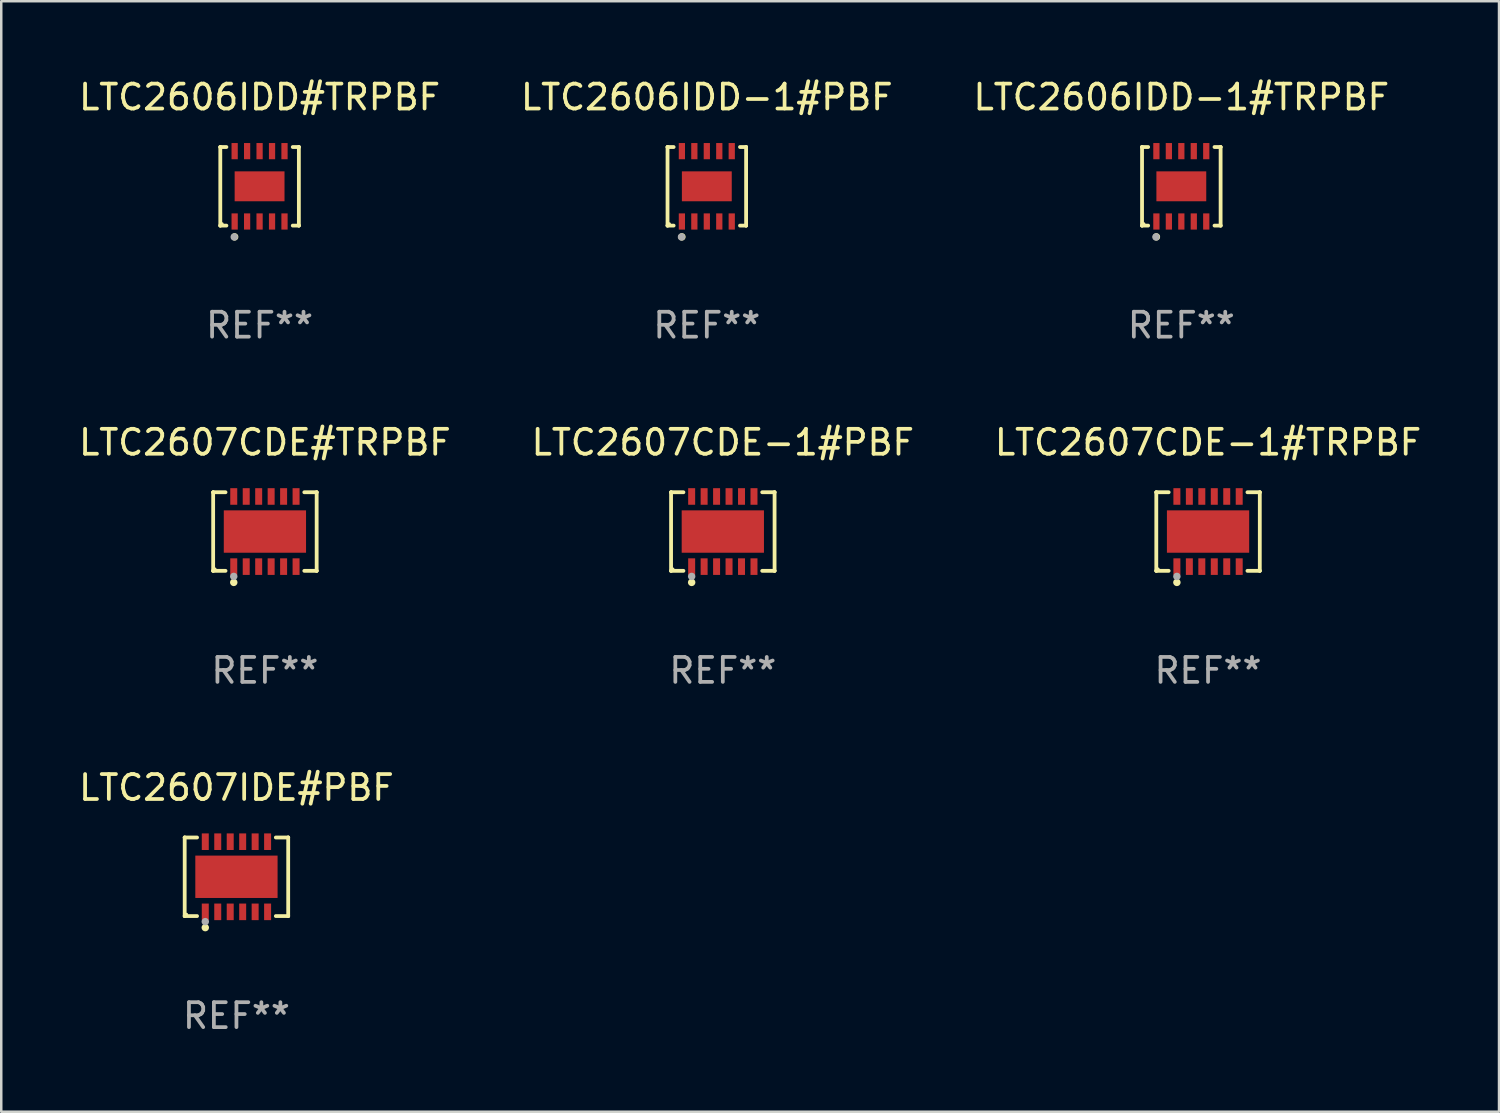
<source format=kicad_pcb>
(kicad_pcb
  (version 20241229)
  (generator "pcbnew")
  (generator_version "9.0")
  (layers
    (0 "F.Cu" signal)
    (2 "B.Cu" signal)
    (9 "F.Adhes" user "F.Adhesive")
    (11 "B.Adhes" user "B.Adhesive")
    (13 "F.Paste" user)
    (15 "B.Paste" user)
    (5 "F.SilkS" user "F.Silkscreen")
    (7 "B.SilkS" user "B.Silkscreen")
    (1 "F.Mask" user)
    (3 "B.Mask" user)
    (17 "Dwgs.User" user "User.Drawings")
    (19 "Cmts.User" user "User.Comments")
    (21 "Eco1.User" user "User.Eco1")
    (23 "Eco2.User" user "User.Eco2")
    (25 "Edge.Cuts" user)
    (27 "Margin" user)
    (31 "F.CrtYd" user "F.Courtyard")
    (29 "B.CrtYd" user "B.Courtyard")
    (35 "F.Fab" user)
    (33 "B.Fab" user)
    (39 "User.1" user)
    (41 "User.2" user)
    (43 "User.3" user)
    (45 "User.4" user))
  (footprint "LTC2606IDD#TRPBF"
    (layer "F.Cu")
    (at 7.363 4.424)
    (property "Reference" "LTC2606IDD#TRPBF" (at 0 -3.576 0) (layer "F.SilkS") (effects (font (size 1 1) (thickness 0.15))))
    (attr through_hole)
    (fp_line (start -1.576 -1.576) (end -1.576 -1.576) (stroke (width 0.152) (type solid)) (layer "F.SilkS"))
    (fp_line (start -1.576 -1.576) (end -1.331 -1.576) (stroke (width 0.152) (type solid)) (layer "F.SilkS"))
    (fp_line (start -1.576 1.576) (end -1.576 -1.576) (stroke (width 0.152) (type solid)) (layer "F.SilkS"))
    (fp_line (start -1.576 1.576) (end -1.576 1.576) (stroke (width 0.152) (type solid)) (layer "F.SilkS"))
    (fp_line (start -1.331 1.576) (end -1.576 1.576) (stroke (width 0.152) (type solid)) (layer "F.SilkS"))
    (fp_line (start 1.331 1.576) (end 1.576 1.576) (stroke (width 0.152) (type solid)) (layer "F.SilkS"))
    (fp_line (start 1.576 -1.576) (end 1.331 -1.576) (stroke (width 0.152) (type solid)) (layer "F.SilkS"))
    (fp_line (start 1.576 -1.576) (end 1.576 -1.576) (stroke (width 0.152) (type solid)) (layer "F.SilkS"))
    (fp_line (start 1.576 1.576) (end 1.576 -1.576) (stroke (width 0.152) (type solid)) (layer "F.SilkS"))
    (fp_line (start 1.576 1.576) (end 1.576 1.576) (stroke (width 0.152) (type solid)) (layer "F.SilkS"))
    (fp_circle (center -1.5 1.5) (end -1.47 1.5) (stroke (width 0.06) (type solid)) (fill no) (layer "F.SilkS"))
    (fp_circle (center -1 2.028) (end -0.925 2.028) (stroke (width 0.15) (type solid)) (fill no) (layer "F.SilkS"))
    (fp_circle (center -1.016 2.032) (end -0.941 2.032) (stroke (width 0.15) (type solid)) (fill no) (layer "F.Fab"))
    (fp_text user "REF**" (at 0 5.576 0) (layer "F.Fab") (effects (font (size 1 1) (thickness 0.15))))
    (pad "1" smd rect (at -1 1.411) (size 0.25 0.65) (layers "F.Cu" "F.Mask" "F.Paste"))
    (pad "2" smd rect (at -0.5 1.411) (size 0.25 0.65) (layers "F.Cu" "F.Mask" "F.Paste"))
    (pad "3" smd rect (at 0 1.411) (size 0.25 0.65) (layers "F.Cu" "F.Mask" "F.Paste"))
    (pad "4" smd rect (at 0.5 1.411) (size 0.25 0.65) (layers "F.Cu" "F.Mask" "F.Paste"))
    (pad "5" smd rect (at 1 1.411) (size 0.25 0.65) (layers "F.Cu" "F.Mask" "F.Paste"))
    (pad "6" smd rect (at 1 -1.411) (size 0.25 0.65) (layers "F.Cu" "F.Mask" "F.Paste"))
    (pad "7" smd rect (at 0.5 -1.411) (size 0.25 0.65) (layers "F.Cu" "F.Mask" "F.Paste"))
    (pad "8" smd rect (at 0 -1.411) (size 0.25 0.65) (layers "F.Cu" "F.Mask" "F.Paste"))
    (pad "9" smd rect (at -0.5 -1.411) (size 0.25 0.65) (layers "F.Cu" "F.Mask" "F.Paste"))
    (pad "10" smd rect (at -1 -1.411) (size 0.25 0.65) (layers "F.Cu" "F.Mask" "F.Paste"))
    (pad "11" smd rect (at 0 0) (size 2 1.2) (layers "F.Cu" "F.Mask" "F.Paste")))
  (footprint "LTC2607IDE#PBF"
    (layer "F.Cu")
    (at 6.435 32.122)
    (property "Reference" "LTC2607IDE#PBF" (at 0 -3.576 0) (layer "F.SilkS") (effects (font (size 1 1) (thickness 0.15))))
    (attr through_hole)
    (fp_line (start -2.076 -1.576) (end -2.076 -1.576) (stroke (width 0.152) (type solid)) (layer "F.SilkS"))
    (fp_line (start -2.076 -1.576) (end -1.58 -1.576) (stroke (width 0.152) (type solid)) (layer "F.SilkS"))
    (fp_line (start -2.076 1.576) (end -2.076 -1.576) (stroke (width 0.152) (type solid)) (layer "F.SilkS"))
    (fp_line (start -2.076 1.576) (end -2.076 1.576) (stroke (width 0.152) (type solid)) (layer "F.SilkS"))
    (fp_line (start -1.58 1.576) (end -2.076 1.576) (stroke (width 0.152) (type solid)) (layer "F.SilkS"))
    (fp_line (start 1.58 1.576) (end 2.076 1.576) (stroke (width 0.152) (type solid)) (layer "F.SilkS"))
    (fp_line (start 2.076 -1.576) (end 1.58 -1.576) (stroke (width 0.152) (type solid)) (layer "F.SilkS"))
    (fp_line (start 2.076 -1.576) (end 2.076 -1.576) (stroke (width 0.152) (type solid)) (layer "F.SilkS"))
    (fp_line (start 2.076 1.576) (end 2.076 -1.576) (stroke (width 0.152) (type solid)) (layer "F.SilkS"))
    (fp_line (start 2.076 1.576) (end 2.076 1.576) (stroke (width 0.152) (type solid)) (layer "F.SilkS"))
    (fp_circle (center -2 1.5) (end -1.97 1.5) (stroke (width 0.06) (type solid)) (fill no) (layer "F.SilkS"))
    (fp_circle (center -1.25 2.04) (end -1.175 2.04) (stroke (width 0.15) (type solid)) (fill no) (layer "F.SilkS"))
    (fp_circle (center -1.25 1.8) (end -1.175 1.8) (stroke (width 0.15) (type solid)) (fill no) (layer "F.Fab"))
    (fp_text user "REF**" (at 0 5.576 0) (layer "F.Fab") (effects (font (size 1 1) (thickness 0.15))))
    (pad "1" smd rect (at -1.25 1.407) (size 0.28 0.665) (layers "F.Cu" "F.Mask" "F.Paste"))
    (pad "2" smd rect (at -0.75 1.407) (size 0.28 0.665) (layers "F.Cu" "F.Mask" "F.Paste"))
    (pad "3" smd rect (at -0.25 1.407) (size 0.28 0.665) (layers "F.Cu" "F.Mask" "F.Paste"))
    (pad "4" smd rect (at 0.25 1.407) (size 0.28 0.665) (layers "F.Cu" "F.Mask" "F.Paste"))
    (pad "5" smd rect (at 0.75 1.407) (size 0.28 0.665) (layers "F.Cu" "F.Mask" "F.Paste"))
    (pad "6" smd rect (at 1.25 1.407) (size 0.28 0.665) (layers "F.Cu" "F.Mask" "F.Paste"))
    (pad "7" smd rect (at 1.25 -1.407) (size 0.28 0.665) (layers "F.Cu" "F.Mask" "F.Paste"))
    (pad "8" smd rect (at 0.75 -1.407) (size 0.28 0.665) (layers "F.Cu" "F.Mask" "F.Paste"))
    (pad "9" smd rect (at 0.25 -1.407) (size 0.28 0.665) (layers "F.Cu" "F.Mask" "F.Paste"))
    (pad "10" smd rect (at -0.25 -1.407) (size 0.28 0.665) (layers "F.Cu" "F.Mask" "F.Paste"))
    (pad "11" smd rect (at -0.75 -1.407) (size 0.28 0.665) (layers "F.Cu" "F.Mask" "F.Paste"))
    (pad "12" smd rect (at -1.25 -1.407) (size 0.28 0.665) (layers "F.Cu" "F.Mask" "F.Paste"))
    (pad "13" smd rect (at 0 0) (size 3.3 1.7) (layers "F.Cu" "F.Mask" "F.Paste")))
  (footprint "LTC2606IDD-1#PBF"
    (layer "F.Cu")
    (at 25.304 4.424)
    (property "Reference" "LTC2606IDD-1#PBF" (at 0 -3.576 0) (layer "F.SilkS") (effects (font (size 1 1) (thickness 0.15))))
    (attr through_hole)
    (fp_line (start -1.576 -1.576) (end -1.576 -1.576) (stroke (width 0.152) (type solid)) (layer "F.SilkS"))
    (fp_line (start -1.576 -1.576) (end -1.331 -1.576) (stroke (width 0.152) (type solid)) (layer "F.SilkS"))
    (fp_line (start -1.576 1.576) (end -1.576 -1.576) (stroke (width 0.152) (type solid)) (layer "F.SilkS"))
    (fp_line (start -1.576 1.576) (end -1.576 1.576) (stroke (width 0.152) (type solid)) (layer "F.SilkS"))
    (fp_line (start -1.331 1.576) (end -1.576 1.576) (stroke (width 0.152) (type solid)) (layer "F.SilkS"))
    (fp_line (start 1.331 1.576) (end 1.576 1.576) (stroke (width 0.152) (type solid)) (layer "F.SilkS"))
    (fp_line (start 1.576 -1.576) (end 1.331 -1.576) (stroke (width 0.152) (type solid)) (layer "F.SilkS"))
    (fp_line (start 1.576 -1.576) (end 1.576 -1.576) (stroke (width 0.152) (type solid)) (layer "F.SilkS"))
    (fp_line (start 1.576 1.576) (end 1.576 -1.576) (stroke (width 0.152) (type solid)) (layer "F.SilkS"))
    (fp_line (start 1.576 1.576) (end 1.576 1.576) (stroke (width 0.152) (type solid)) (layer "F.SilkS"))
    (fp_circle (center -1.5 1.5) (end -1.47 1.5) (stroke (width 0.06) (type solid)) (fill no) (layer "F.SilkS"))
    (fp_circle (center -1 2.028) (end -0.925 2.028) (stroke (width 0.15) (type solid)) (fill no) (layer "F.SilkS"))
    (fp_circle (center -1.016 2.032) (end -0.941 2.032) (stroke (width 0.15) (type solid)) (fill no) (layer "F.Fab"))
    (fp_text user "REF**" (at 0 5.576 0) (layer "F.Fab") (effects (font (size 1 1) (thickness 0.15))))
    (pad "1" smd rect (at -1 1.411) (size 0.25 0.65) (layers "F.Cu" "F.Mask" "F.Paste"))
    (pad "2" smd rect (at -0.5 1.411) (size 0.25 0.65) (layers "F.Cu" "F.Mask" "F.Paste"))
    (pad "3" smd rect (at 0 1.411) (size 0.25 0.65) (layers "F.Cu" "F.Mask" "F.Paste"))
    (pad "4" smd rect (at 0.5 1.411) (size 0.25 0.65) (layers "F.Cu" "F.Mask" "F.Paste"))
    (pad "5" smd rect (at 1 1.411) (size 0.25 0.65) (layers "F.Cu" "F.Mask" "F.Paste"))
    (pad "6" smd rect (at 1 -1.411) (size 0.25 0.65) (layers "F.Cu" "F.Mask" "F.Paste"))
    (pad "7" smd rect (at 0.5 -1.411) (size 0.25 0.65) (layers "F.Cu" "F.Mask" "F.Paste"))
    (pad "8" smd rect (at 0 -1.411) (size 0.25 0.65) (layers "F.Cu" "F.Mask" "F.Paste"))
    (pad "9" smd rect (at -0.5 -1.411) (size 0.25 0.65) (layers "F.Cu" "F.Mask" "F.Paste"))
    (pad "10" smd rect (at -1 -1.411) (size 0.25 0.65) (layers "F.Cu" "F.Mask" "F.Paste"))
    (pad "11" smd rect (at 0 0) (size 2 1.2) (layers "F.Cu" "F.Mask" "F.Paste")))
  (footprint "LTC2607CDE#TRPBF"
    (layer "F.Cu")
    (at 7.577 18.273)
    (property "Reference" "LTC2607CDE#TRPBF" (at 0 -3.576 0) (layer "F.SilkS") (effects (font (size 1 1) (thickness 0.15))))
    (attr through_hole)
    (fp_line (start -2.076 -1.576) (end -2.076 -1.576) (stroke (width 0.152) (type solid)) (layer "F.SilkS"))
    (fp_line (start -2.076 -1.576) (end -1.58 -1.576) (stroke (width 0.152) (type solid)) (layer "F.SilkS"))
    (fp_line (start -2.076 1.576) (end -2.076 -1.576) (stroke (width 0.152) (type solid)) (layer "F.SilkS"))
    (fp_line (start -2.076 1.576) (end -2.076 1.576) (stroke (width 0.152) (type solid)) (layer "F.SilkS"))
    (fp_line (start -1.58 1.576) (end -2.076 1.576) (stroke (width 0.152) (type solid)) (layer "F.SilkS"))
    (fp_line (start 1.58 1.576) (end 2.076 1.576) (stroke (width 0.152) (type solid)) (layer "F.SilkS"))
    (fp_line (start 2.076 -1.576) (end 1.58 -1.576) (stroke (width 0.152) (type solid)) (layer "F.SilkS"))
    (fp_line (start 2.076 -1.576) (end 2.076 -1.576) (stroke (width 0.152) (type solid)) (layer "F.SilkS"))
    (fp_line (start 2.076 1.576) (end 2.076 -1.576) (stroke (width 0.152) (type solid)) (layer "F.SilkS"))
    (fp_line (start 2.076 1.576) (end 2.076 1.576) (stroke (width 0.152) (type solid)) (layer "F.SilkS"))
    (fp_circle (center -2 1.5) (end -1.97 1.5) (stroke (width 0.06) (type solid)) (fill no) (layer "F.SilkS"))
    (fp_circle (center -1.25 2.04) (end -1.175 2.04) (stroke (width 0.15) (type solid)) (fill no) (layer "F.SilkS"))
    (fp_circle (center -1.25 1.8) (end -1.175 1.8) (stroke (width 0.15) (type solid)) (fill no) (layer "F.Fab"))
    (fp_text user "REF**" (at 0 5.576 0) (layer "F.Fab") (effects (font (size 1 1) (thickness 0.15))))
    (pad "1" smd rect (at -1.25 1.407) (size 0.28 0.665) (layers "F.Cu" "F.Mask" "F.Paste"))
    (pad "2" smd rect (at -0.75 1.407) (size 0.28 0.665) (layers "F.Cu" "F.Mask" "F.Paste"))
    (pad "3" smd rect (at -0.25 1.407) (size 0.28 0.665) (layers "F.Cu" "F.Mask" "F.Paste"))
    (pad "4" smd rect (at 0.25 1.407) (size 0.28 0.665) (layers "F.Cu" "F.Mask" "F.Paste"))
    (pad "5" smd rect (at 0.75 1.407) (size 0.28 0.665) (layers "F.Cu" "F.Mask" "F.Paste"))
    (pad "6" smd rect (at 1.25 1.407) (size 0.28 0.665) (layers "F.Cu" "F.Mask" "F.Paste"))
    (pad "7" smd rect (at 1.25 -1.407) (size 0.28 0.665) (layers "F.Cu" "F.Mask" "F.Paste"))
    (pad "8" smd rect (at 0.75 -1.407) (size 0.28 0.665) (layers "F.Cu" "F.Mask" "F.Paste"))
    (pad "9" smd rect (at 0.25 -1.407) (size 0.28 0.665) (layers "F.Cu" "F.Mask" "F.Paste"))
    (pad "10" smd rect (at -0.25 -1.407) (size 0.28 0.665) (layers "F.Cu" "F.Mask" "F.Paste"))
    (pad "11" smd rect (at -0.75 -1.407) (size 0.28 0.665) (layers "F.Cu" "F.Mask" "F.Paste"))
    (pad "12" smd rect (at -1.25 -1.407) (size 0.28 0.665) (layers "F.Cu" "F.Mask" "F.Paste"))
    (pad "13" smd rect (at 0 0) (size 3.3 1.7) (layers "F.Cu" "F.Mask" "F.Paste")))
  (footprint "LTC2606IDD-1#TRPBF"
    (layer "F.Cu")
    (at 44.339 4.424)
    (property "Reference" "LTC2606IDD-1#TRPBF" (at 0 -3.576 0) (layer "F.SilkS") (effects (font (size 1 1) (thickness 0.15))))
    (attr through_hole)
    (fp_line (start -1.576 -1.576) (end -1.576 -1.576) (stroke (width 0.152) (type solid)) (layer "F.SilkS"))
    (fp_line (start -1.576 -1.576) (end -1.331 -1.576) (stroke (width 0.152) (type solid)) (layer "F.SilkS"))
    (fp_line (start -1.576 1.576) (end -1.576 -1.576) (stroke (width 0.152) (type solid)) (layer "F.SilkS"))
    (fp_line (start -1.576 1.576) (end -1.576 1.576) (stroke (width 0.152) (type solid)) (layer "F.SilkS"))
    (fp_line (start -1.331 1.576) (end -1.576 1.576) (stroke (width 0.152) (type solid)) (layer "F.SilkS"))
    (fp_line (start 1.331 1.576) (end 1.576 1.576) (stroke (width 0.152) (type solid)) (layer "F.SilkS"))
    (fp_line (start 1.576 -1.576) (end 1.331 -1.576) (stroke (width 0.152) (type solid)) (layer "F.SilkS"))
    (fp_line (start 1.576 -1.576) (end 1.576 -1.576) (stroke (width 0.152) (type solid)) (layer "F.SilkS"))
    (fp_line (start 1.576 1.576) (end 1.576 -1.576) (stroke (width 0.152) (type solid)) (layer "F.SilkS"))
    (fp_line (start 1.576 1.576) (end 1.576 1.576) (stroke (width 0.152) (type solid)) (layer "F.SilkS"))
    (fp_circle (center -1.5 1.5) (end -1.47 1.5) (stroke (width 0.06) (type solid)) (fill no) (layer "F.SilkS"))
    (fp_circle (center -1 2.028) (end -0.925 2.028) (stroke (width 0.15) (type solid)) (fill no) (layer "F.SilkS"))
    (fp_circle (center -1.016 2.032) (end -0.941 2.032) (stroke (width 0.15) (type solid)) (fill no) (layer "F.Fab"))
    (fp_text user "REF**" (at 0 5.576 0) (layer "F.Fab") (effects (font (size 1 1) (thickness 0.15))))
    (pad "1" smd rect (at -1 1.411) (size 0.25 0.65) (layers "F.Cu" "F.Mask" "F.Paste"))
    (pad "2" smd rect (at -0.5 1.411) (size 0.25 0.65) (layers "F.Cu" "F.Mask" "F.Paste"))
    (pad "3" smd rect (at 0 1.411) (size 0.25 0.65) (layers "F.Cu" "F.Mask" "F.Paste"))
    (pad "4" smd rect (at 0.5 1.411) (size 0.25 0.65) (layers "F.Cu" "F.Mask" "F.Paste"))
    (pad "5" smd rect (at 1 1.411) (size 0.25 0.65) (layers "F.Cu" "F.Mask" "F.Paste"))
    (pad "6" smd rect (at 1 -1.411) (size 0.25 0.65) (layers "F.Cu" "F.Mask" "F.Paste"))
    (pad "7" smd rect (at 0.5 -1.411) (size 0.25 0.65) (layers "F.Cu" "F.Mask" "F.Paste"))
    (pad "8" smd rect (at 0 -1.411) (size 0.25 0.65) (layers "F.Cu" "F.Mask" "F.Paste"))
    (pad "9" smd rect (at -0.5 -1.411) (size 0.25 0.65) (layers "F.Cu" "F.Mask" "F.Paste"))
    (pad "10" smd rect (at -1 -1.411) (size 0.25 0.65) (layers "F.Cu" "F.Mask" "F.Paste"))
    (pad "11" smd rect (at 0 0) (size 2 1.2) (layers "F.Cu" "F.Mask" "F.Paste")))
  (footprint "LTC2607CDE-1#PBF"
    (layer "F.Cu")
    (at 25.946 18.273)
    (property "Reference" "LTC2607CDE-1#PBF" (at 0 -3.576 0) (layer "F.SilkS") (effects (font (size 1 1) (thickness 0.15))))
    (attr through_hole)
    (fp_line (start -2.076 -1.576) (end -2.076 -1.576) (stroke (width 0.152) (type solid)) (layer "F.SilkS"))
    (fp_line (start -2.076 -1.576) (end -1.58 -1.576) (stroke (width 0.152) (type solid)) (layer "F.SilkS"))
    (fp_line (start -2.076 1.576) (end -2.076 -1.576) (stroke (width 0.152) (type solid)) (layer "F.SilkS"))
    (fp_line (start -2.076 1.576) (end -2.076 1.576) (stroke (width 0.152) (type solid)) (layer "F.SilkS"))
    (fp_line (start -1.58 1.576) (end -2.076 1.576) (stroke (width 0.152) (type solid)) (layer "F.SilkS"))
    (fp_line (start 1.58 1.576) (end 2.076 1.576) (stroke (width 0.152) (type solid)) (layer "F.SilkS"))
    (fp_line (start 2.076 -1.576) (end 1.58 -1.576) (stroke (width 0.152) (type solid)) (layer "F.SilkS"))
    (fp_line (start 2.076 -1.576) (end 2.076 -1.576) (stroke (width 0.152) (type solid)) (layer "F.SilkS"))
    (fp_line (start 2.076 1.576) (end 2.076 -1.576) (stroke (width 0.152) (type solid)) (layer "F.SilkS"))
    (fp_line (start 2.076 1.576) (end 2.076 1.576) (stroke (width 0.152) (type solid)) (layer "F.SilkS"))
    (fp_circle (center -2 1.5) (end -1.97 1.5) (stroke (width 0.06) (type solid)) (fill no) (layer "F.SilkS"))
    (fp_circle (center -1.25 2.04) (end -1.175 2.04) (stroke (width 0.15) (type solid)) (fill no) (layer "F.SilkS"))
    (fp_circle (center -1.25 1.8) (end -1.175 1.8) (stroke (width 0.15) (type solid)) (fill no) (layer "F.Fab"))
    (fp_text user "REF**" (at 0 5.576 0) (layer "F.Fab") (effects (font (size 1 1) (thickness 0.15))))
    (pad "1" smd rect (at -1.25 1.407) (size 0.28 0.665) (layers "F.Cu" "F.Mask" "F.Paste"))
    (pad "2" smd rect (at -0.75 1.407) (size 0.28 0.665) (layers "F.Cu" "F.Mask" "F.Paste"))
    (pad "3" smd rect (at -0.25 1.407) (size 0.28 0.665) (layers "F.Cu" "F.Mask" "F.Paste"))
    (pad "4" smd rect (at 0.25 1.407) (size 0.28 0.665) (layers "F.Cu" "F.Mask" "F.Paste"))
    (pad "5" smd rect (at 0.75 1.407) (size 0.28 0.665) (layers "F.Cu" "F.Mask" "F.Paste"))
    (pad "6" smd rect (at 1.25 1.407) (size 0.28 0.665) (layers "F.Cu" "F.Mask" "F.Paste"))
    (pad "7" smd rect (at 1.25 -1.407) (size 0.28 0.665) (layers "F.Cu" "F.Mask" "F.Paste"))
    (pad "8" smd rect (at 0.75 -1.407) (size 0.28 0.665) (layers "F.Cu" "F.Mask" "F.Paste"))
    (pad "9" smd rect (at 0.25 -1.407) (size 0.28 0.665) (layers "F.Cu" "F.Mask" "F.Paste"))
    (pad "10" smd rect (at -0.25 -1.407) (size 0.28 0.665) (layers "F.Cu" "F.Mask" "F.Paste"))
    (pad "11" smd rect (at -0.75 -1.407) (size 0.28 0.665) (layers "F.Cu" "F.Mask" "F.Paste"))
    (pad "12" smd rect (at -1.25 -1.407) (size 0.28 0.665) (layers "F.Cu" "F.Mask" "F.Paste"))
    (pad "13" smd rect (at 0 0) (size 3.3 1.7) (layers "F.Cu" "F.Mask" "F.Paste")))
  (footprint "LTC2607CDE-1#TRPBF"
    (layer "F.Cu")
    (at 45.411 18.273)
    (property "Reference" "LTC2607CDE-1#TRPBF" (at 0 -3.576 0) (layer "F.SilkS") (effects (font (size 1 1) (thickness 0.15))))
    (attr through_hole)
    (fp_line (start -2.076 -1.576) (end -2.076 -1.576) (stroke (width 0.152) (type solid)) (layer "F.SilkS"))
    (fp_line (start -2.076 -1.576) (end -1.58 -1.576) (stroke (width 0.152) (type solid)) (layer "F.SilkS"))
    (fp_line (start -2.076 1.576) (end -2.076 -1.576) (stroke (width 0.152) (type solid)) (layer "F.SilkS"))
    (fp_line (start -2.076 1.576) (end -2.076 1.576) (stroke (width 0.152) (type solid)) (layer "F.SilkS"))
    (fp_line (start -1.58 1.576) (end -2.076 1.576) (stroke (width 0.152) (type solid)) (layer "F.SilkS"))
    (fp_line (start 1.58 1.576) (end 2.076 1.576) (stroke (width 0.152) (type solid)) (layer "F.SilkS"))
    (fp_line (start 2.076 -1.576) (end 1.58 -1.576) (stroke (width 0.152) (type solid)) (layer "F.SilkS"))
    (fp_line (start 2.076 -1.576) (end 2.076 -1.576) (stroke (width 0.152) (type solid)) (layer "F.SilkS"))
    (fp_line (start 2.076 1.576) (end 2.076 -1.576) (stroke (width 0.152) (type solid)) (layer "F.SilkS"))
    (fp_line (start 2.076 1.576) (end 2.076 1.576) (stroke (width 0.152) (type solid)) (layer "F.SilkS"))
    (fp_circle (center -2 1.5) (end -1.97 1.5) (stroke (width 0.06) (type solid)) (fill no) (layer "F.SilkS"))
    (fp_circle (center -1.25 2.04) (end -1.175 2.04) (stroke (width 0.15) (type solid)) (fill no) (layer "F.SilkS"))
    (fp_circle (center -1.25 1.8) (end -1.175 1.8) (stroke (width 0.15) (type solid)) (fill no) (layer "F.Fab"))
    (fp_text user "REF**" (at 0 5.576 0) (layer "F.Fab") (effects (font (size 1 1) (thickness 0.15))))
    (pad "1" smd rect (at -1.25 1.407) (size 0.28 0.665) (layers "F.Cu" "F.Mask" "F.Paste"))
    (pad "2" smd rect (at -0.75 1.407) (size 0.28 0.665) (layers "F.Cu" "F.Mask" "F.Paste"))
    (pad "3" smd rect (at -0.25 1.407) (size 0.28 0.665) (layers "F.Cu" "F.Mask" "F.Paste"))
    (pad "4" smd rect (at 0.25 1.407) (size 0.28 0.665) (layers "F.Cu" "F.Mask" "F.Paste"))
    (pad "5" smd rect (at 0.75 1.407) (size 0.28 0.665) (layers "F.Cu" "F.Mask" "F.Paste"))
    (pad "6" smd rect (at 1.25 1.407) (size 0.28 0.665) (layers "F.Cu" "F.Mask" "F.Paste"))
    (pad "7" smd rect (at 1.25 -1.407) (size 0.28 0.665) (layers "F.Cu" "F.Mask" "F.Paste"))
    (pad "8" smd rect (at 0.75 -1.407) (size 0.28 0.665) (layers "F.Cu" "F.Mask" "F.Paste"))
    (pad "9" smd rect (at 0.25 -1.407) (size 0.28 0.665) (layers "F.Cu" "F.Mask" "F.Paste"))
    (pad "10" smd rect (at -0.25 -1.407) (size 0.28 0.665) (layers "F.Cu" "F.Mask" "F.Paste"))
    (pad "11" smd rect (at -0.75 -1.407) (size 0.28 0.665) (layers "F.Cu" "F.Mask" "F.Paste"))
    (pad "12" smd rect (at -1.25 -1.407) (size 0.28 0.665) (layers "F.Cu" "F.Mask" "F.Paste"))
    (pad "13" smd rect (at 0 0) (size 3.3 1.7) (layers "F.Cu" "F.Mask" "F.Paste")))
  (gr_rect
    (start -3 -3)
    (end 57.083 41.547)
    (stroke (width 0.1) (type default))
    (fill no)
    (layer "Edge.Cuts")))
</source>
